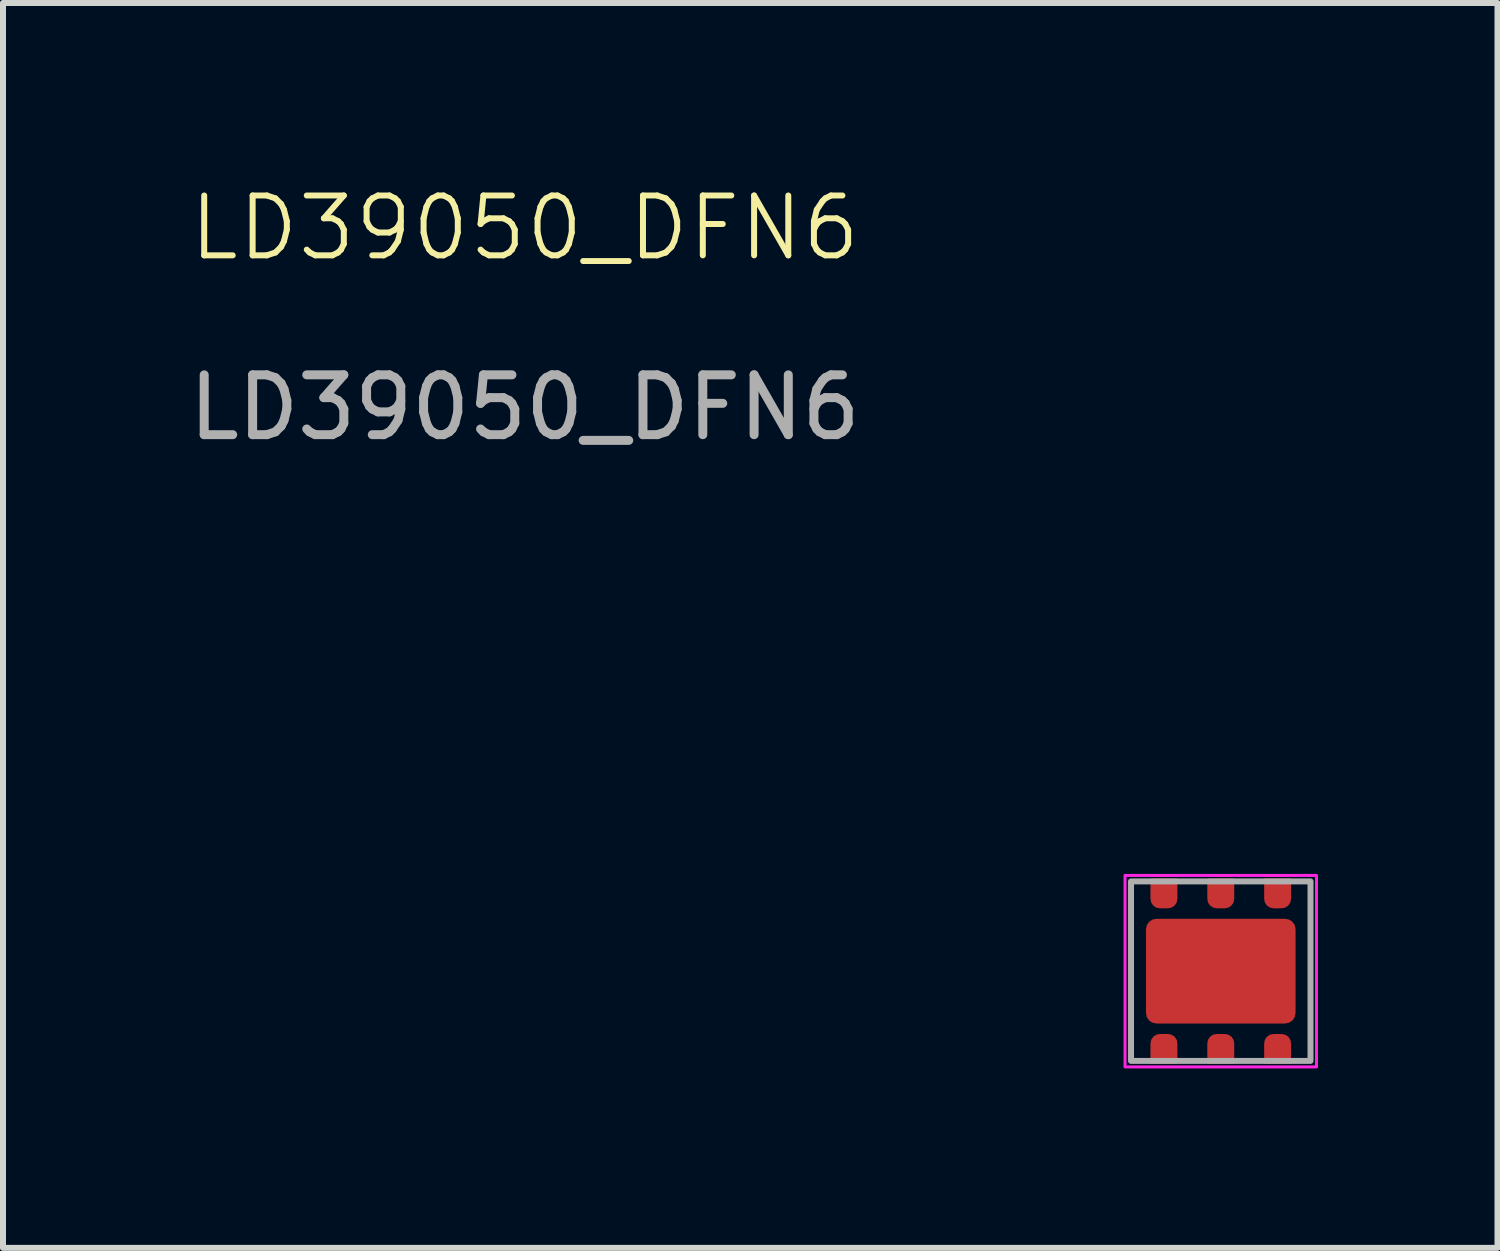
<source format=kicad_pcb>
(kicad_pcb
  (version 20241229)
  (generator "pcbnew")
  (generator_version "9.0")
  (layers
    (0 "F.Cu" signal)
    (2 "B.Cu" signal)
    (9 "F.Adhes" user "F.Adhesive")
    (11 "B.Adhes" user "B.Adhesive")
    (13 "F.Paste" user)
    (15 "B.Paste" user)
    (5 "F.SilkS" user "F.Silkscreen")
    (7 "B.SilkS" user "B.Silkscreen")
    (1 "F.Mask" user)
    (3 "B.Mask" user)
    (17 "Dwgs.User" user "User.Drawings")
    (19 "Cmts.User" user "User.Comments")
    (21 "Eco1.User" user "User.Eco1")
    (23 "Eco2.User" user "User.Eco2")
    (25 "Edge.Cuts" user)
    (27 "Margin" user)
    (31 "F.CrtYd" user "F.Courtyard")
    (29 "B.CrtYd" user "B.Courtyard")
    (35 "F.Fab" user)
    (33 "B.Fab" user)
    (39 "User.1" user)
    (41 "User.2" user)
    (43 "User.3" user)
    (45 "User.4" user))
  (footprint "LD39050_DFN6"
    (layer "F.Cu")
    (at 17.353 13.181)
    (property "Reference" "LD39050_DFN6" (at -11.633 -12.421 0) (unlocked yes) (layer "F.SilkS") (effects (font (size 1 1) (thickness 0.1))))
    (attr smd)
    (fp_rect (start 1.6 -1.6) (end -1.6 1.6) (stroke (width 0.05) (type default)) (fill no) (layer "F.CrtYd"))
    (fp_rect (start -1.5 -1.5) (end 1.5 1.5) (stroke (width 0.1) (type default)) (fill no) (layer "F.Fab"))
    (fp_text user "${REFERENCE}" (at -11.633 -9.421 0) (unlocked yes) (layer "F.Fab") (effects (font (size 1 1) (thickness 0.15))))
    (pad "1" smd roundrect (at -0.95 1.3) (size 0.45 0.5) (layers "F.Cu" "F.Mask" "F.Paste") (roundrect_rratio 0.35) (chamfer_ratio 0) (chamfer bottom_left bottom_right))
    (pad "2" smd roundrect (at 0 1.3) (size 0.45 0.5) (layers "F.Cu" "F.Mask" "F.Paste") (roundrect_rratio 0.35) (chamfer_ratio 0) (chamfer bottom_left bottom_right))
    (pad "3" smd roundrect (at 0.95 1.3) (size 0.45 0.5) (layers "F.Cu" "F.Mask" "F.Paste") (roundrect_rratio 0.35) (chamfer_ratio 0) (chamfer bottom_left bottom_right))
    (pad "4" smd roundrect (at 0.95 -1.3 180) (size 0.45 0.5) (layers "F.Cu" "F.Mask" "F.Paste") (roundrect_rratio 0.35) (chamfer_ratio 0) (chamfer bottom_left bottom_right))
    (pad "5" smd roundrect (at 0 -1.3 180) (size 0.45 0.5) (layers "F.Cu" "F.Mask" "F.Paste") (roundrect_rratio 0.35) (chamfer_ratio 0) (chamfer bottom_left bottom_right))
    (pad "6" smd roundrect (at -0.95 -1.3 180) (size 0.45 0.5) (layers "F.Cu" "F.Mask" "F.Paste") (roundrect_rratio 0.35) (chamfer_ratio 0) (chamfer bottom_left bottom_right))
    (pad "PAD" smd roundrect (at 0 0 180) (size 2.5 1.75) (layers "F.Cu" "F.Mask" "F.Paste") (roundrect_rratio 0.1)))
  (gr_rect
    (start -3 -3)
    (end 21.978 17.806)
    (stroke (width 0.1) (type default))
    (fill no)
    (layer "Edge.Cuts")))
</source>
